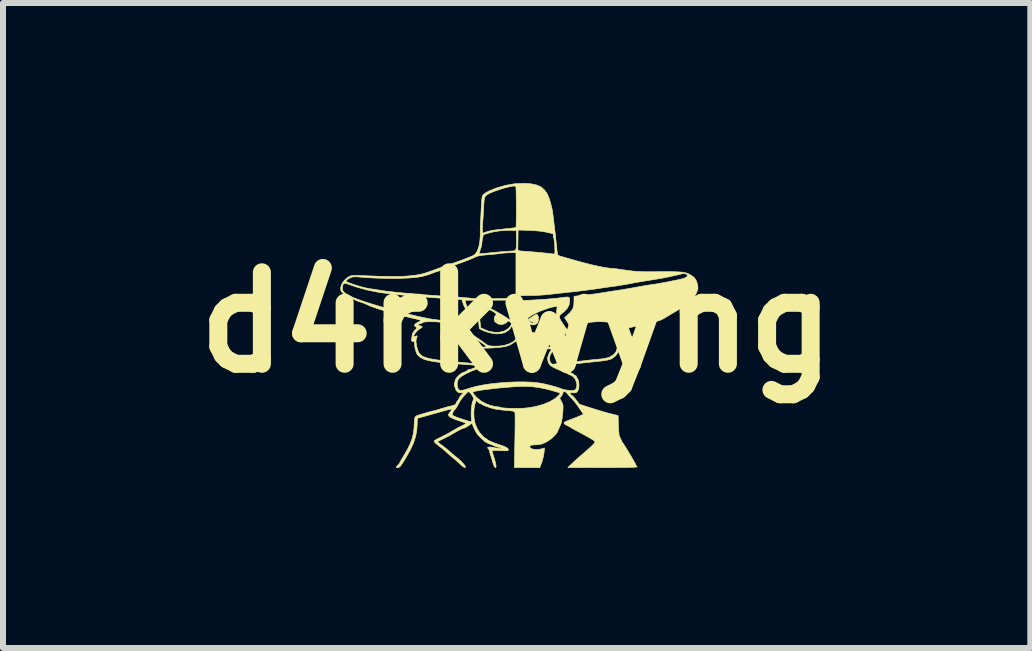
<source format=kicad_pcb>
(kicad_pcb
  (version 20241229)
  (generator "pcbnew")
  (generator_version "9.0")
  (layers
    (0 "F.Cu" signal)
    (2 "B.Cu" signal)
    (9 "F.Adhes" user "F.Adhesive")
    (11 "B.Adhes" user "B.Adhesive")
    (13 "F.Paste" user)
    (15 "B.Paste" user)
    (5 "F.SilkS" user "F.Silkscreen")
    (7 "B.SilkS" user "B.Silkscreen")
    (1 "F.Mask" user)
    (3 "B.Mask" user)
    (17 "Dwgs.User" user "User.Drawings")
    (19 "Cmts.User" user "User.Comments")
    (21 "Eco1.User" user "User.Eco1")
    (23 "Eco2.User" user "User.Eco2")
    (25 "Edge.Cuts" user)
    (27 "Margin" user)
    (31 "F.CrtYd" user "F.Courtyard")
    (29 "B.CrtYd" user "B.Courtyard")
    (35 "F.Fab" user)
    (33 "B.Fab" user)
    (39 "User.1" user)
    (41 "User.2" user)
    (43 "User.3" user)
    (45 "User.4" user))
  (footprint "d4rkwyng"
    (layer "F.Cu")
    (at 5.559 2.322)
    (property "Reference" "d4rkwyng" (at 0 0 0) (layer "F.SilkS") (effects (font (size 1.524 1.524) (thickness 0.3))))
    (attr through_hole)
    (fp_poly (pts (xy 0.35 -0.123) (xy 0.36 -0.096) (xy 0.364 -0.061) (xy 0.36 -0.024) (xy 0.349 0.006) (xy 0.341 0.016) (xy 0.298 0.04) (xy 0.25 0.041) (xy 0.209 0.025) (xy 0.183 0.004) (xy 0.17 -0.015) (xy 0.169 -0.018) (xy 0.177 -0.03) (xy 0.199 -0.03) (xy 0.21 -0.017) (xy 0.229 -0.003) (xy 0.249 0.009) (xy 0.261 0.012) (xy 0.277 0.005) (xy 0.278 0) (xy 0.272 -0.006) (xy 0.302 -0.006) (xy 0.308 0) (xy 0.314 -0.006) (xy 0.308 -0.012) (xy 0.302 -0.006) (xy 0.272 -0.006) (xy 0.268 -0.01) (xy 0.255 -0.012) (xy 0.232 -0.018) (xy 0.224 -0.024) (xy 0.206 -0.036) (xy 0.202 -0.036) (xy 0.199 -0.03) (xy 0.177 -0.03) (xy 0.179 -0.033) (xy 0.203 -0.055) (xy 0.237 -0.08) (xy 0.273 -0.104) (xy 0.306 -0.123) (xy 0.33 -0.133) (xy 0.333 -0.133) (xy 0.35 -0.123)) (stroke (width 0.01) (type solid)) (fill yes) (layer "F.SilkS"))
    (fp_poly (pts (xy -0.601 -0.274) (xy -0.596 -0.273) (xy -0.545 -0.267) (xy -0.503 -0.257) (xy -0.458 -0.241) (xy -0.404 -0.215) (xy -0.393 -0.209) (xy -0.335 -0.178) (xy -0.267 -0.139) (xy -0.2 -0.098) (xy -0.166 -0.076) (xy -0.048 0.002) (xy -0.081 0.064) (xy -0.127 0.124) (xy -0.186 0.165) (xy -0.26 0.188) (xy -0.347 0.191) (xy -0.447 0.174) (xy -0.462 0.17) (xy -0.51 0.155) (xy -0.555 0.138) (xy -0.583 0.125) (xy -0.623 0.102) (xy -0.64 -0.076) (xy -0.647 -0.15) (xy -0.654 -0.202) (xy -0.655 -0.203) (xy -0.628 -0.203) (xy -0.626 -0.174) (xy -0.622 -0.128) (xy -0.617 -0.074) (xy -0.613 -0.037) (xy -0.599 0.088) (xy -0.556 0.11) (xy -0.468 0.146) (xy -0.379 0.164) (xy -0.294 0.165) (xy -0.217 0.147) (xy -0.195 0.137) (xy -0.15 0.109) (xy -0.113 0.074) (xy -0.09 0.039) (xy -0.085 0.017) (xy -0.094 0.003) (xy -0.117 -0.013) (xy -0.141 -0.023) (xy -0.152 -0.019) (xy -0.154 -0.015) (xy -0.171 0.004) (xy -0.202 0.022) (xy -0.239 0.034) (xy -0.263 0.036) (xy -0.302 0.028) (xy -0.341 0.006) (xy -0.29 0.006) (xy -0.284 0.012) (xy -0.278 0.006) (xy -0.284 0) (xy -0.29 0.006) (xy -0.341 0.006) (xy -0.342 0.006) (xy -0.366 -0.017) (xy -0.374 -0.046) (xy -0.374 -0.054) (xy -0.349 -0.054) (xy -0.346 -0.043) (xy -0.335 -0.025) (xy -0.322 -0.013) (xy -0.319 -0.012) (xy -0.321 -0.021) (xy -0.329 -0.036) (xy -0.342 -0.052) (xy -0.349 -0.054) (xy -0.374 -0.054) (xy -0.372 -0.08) (xy -0.361 -0.103) (xy -0.29 -0.103) (xy -0.284 -0.097) (xy -0.278 -0.103) (xy -0.284 -0.109) (xy -0.29 -0.103) (xy -0.361 -0.103) (xy -0.36 -0.106) (xy -0.357 -0.109) (xy -0.342 -0.127) (xy -0.344 -0.144) (xy -0.364 -0.164) (xy -0.404 -0.188) (xy -0.425 -0.199) (xy -0.484 -0.225) (xy -0.532 -0.239) (xy -0.57 -0.242) (xy -0.605 -0.241) (xy -0.622 -0.236) (xy -0.628 -0.223) (xy -0.628 -0.203) (xy -0.655 -0.203) (xy -0.661 -0.235) (xy -0.668 -0.251) (xy -0.673 -0.254) (xy -0.688 -0.262) (xy -0.689 -0.268) (xy -0.68 -0.274) (xy -0.651 -0.276) (xy -0.601 -0.274)) (stroke (width 0.01) (type solid)) (fill yes) (layer "F.SilkS"))
    (fp_poly (pts (xy 0.247 -2.308) (xy 0.335 -2.289) (xy 0.406 -2.257) (xy 0.462 -2.209) (xy 0.508 -2.145) (xy 0.544 -2.06) (xy 0.568 -1.978) (xy 0.581 -1.926) (xy 0.592 -1.878) (xy 0.598 -1.843) (xy 0.599 -1.838) (xy 0.617 -1.691) (xy 0.633 -1.558) (xy 0.647 -1.442) (xy 0.657 -1.345) (xy 0.665 -1.27) (xy 0.666 -1.26) (xy 0.671 -1.206) (xy 0.677 -1.162) (xy 0.682 -1.133) (xy 0.684 -1.124) (xy 0.699 -1.115) (xy 0.729 -1.103) (xy 0.754 -1.096) (xy 0.787 -1.086) (xy 0.838 -1.072) (xy 0.901 -1.054) (xy 0.97 -1.035) (xy 1.01 -1.023) (xy 1.136 -0.989) (xy 1.255 -0.959) (xy 1.363 -0.935) (xy 1.457 -0.916) (xy 1.534 -0.905) (xy 1.563 -0.902) (xy 1.612 -0.898) (xy 1.657 -0.893) (xy 1.681 -0.89) (xy 1.778 -0.876) (xy 1.859 -0.865) (xy 1.929 -0.856) (xy 1.994 -0.85) (xy 2.058 -0.847) (xy 2.126 -0.844) (xy 2.205 -0.844) (xy 2.3 -0.844) (xy 2.375 -0.845) (xy 2.491 -0.845) (xy 2.586 -0.845) (xy 2.663 -0.843) (xy 2.725 -0.84) (xy 2.774 -0.835) (xy 2.814 -0.827) (xy 2.847 -0.816) (xy 2.877 -0.803) (xy 2.905 -0.786) (xy 2.952 -0.753) (xy 2.982 -0.717) (xy 3.002 -0.672) (xy 3.013 -0.626) (xy 3.02 -0.587) (xy 3.02 -0.558) (xy 3.011 -0.527) (xy 2.994 -0.488) (xy 2.966 -0.435) (xy 2.93 -0.387) (xy 2.883 -0.34) (xy 2.821 -0.292) (xy 2.743 -0.24) (xy 2.673 -0.197) (xy 2.61 -0.16) (xy 2.55 -0.124) (xy 2.498 -0.093) (xy 2.458 -0.069) (xy 2.443 -0.06) (xy 2.395 -0.037) (xy 2.343 -0.021) (xy 2.328 -0.019) (xy 2.288 -0.012) (xy 2.234 -0.000233) (xy 2.177 0.014) (xy 2.165 0.017) (xy 2.099 0.035) (xy 2.024 0.054) (xy 1.947 0.073) (xy 1.873 0.09) (xy 1.809 0.104) (xy 1.76 0.114) (xy 1.747 0.116) (xy 1.697 0.123) (xy 1.73 0.16) (xy 1.758 0.199) (xy 1.772 0.237) (xy 1.771 0.269) (xy 1.759 0.286) (xy 1.735 0.295) (xy 1.723 0.294) (xy 1.713 0.295) (xy 1.71 0.311) (xy 1.713 0.346) (xy 1.713 0.347) (xy 1.712 0.427) (xy 1.69 0.499) (xy 1.647 0.558) (xy 1.586 0.604) (xy 1.581 0.607) (xy 1.555 0.617) (xy 1.52 0.626) (xy 1.471 0.635) (xy 1.405 0.644) (xy 1.32 0.653) (xy 1.307 0.654) (xy 1.233 0.662) (xy 1.166 0.669) (xy 1.109 0.675) (xy 1.067 0.68) (xy 1.046 0.683) (xy 1.021 0.686) (xy 0.977 0.692) (xy 0.921 0.698) (xy 0.857 0.705) (xy 0.842 0.707) (xy 0.781 0.714) (xy 0.729 0.72) (xy 0.691 0.725) (xy 0.671 0.729) (xy 0.669 0.73) (xy 0.675 0.737) (xy 0.698 0.748) (xy 0.707 0.751) (xy 0.734 0.764) (xy 0.749 0.775) (xy 0.75 0.777) (xy 0.758 0.783) (xy 0.759 0.783) (xy 0.775 0.785) (xy 0.805 0.795) (xy 0.841 0.809) (xy 0.877 0.825) (xy 0.905 0.839) (xy 0.919 0.849) (xy 0.919 0.85) (xy 0.927 0.855) (xy 0.93 0.853) (xy 0.943 0.857) (xy 0.948 0.865) (xy 0.964 0.881) (xy 0.973 0.883) (xy 0.99 0.89) (xy 0.992 0.897) (xy 0.999 0.916) (xy 1.012 0.933) (xy 1.028 0.965) (xy 1.036 1.01) (xy 1.038 1.061) (xy 1.031 1.108) (xy 1.021 1.136) (xy 1.005 1.159) (xy 0.987 1.171) (xy 0.96 1.175) (xy 0.922 1.173) (xy 0.895 1.173) (xy 0.889 1.179) (xy 0.897 1.196) (xy 0.911 1.213) (xy 0.919 1.215) (xy 0.93 1.222) (xy 0.951 1.244) (xy 0.978 1.276) (xy 0.987 1.287) (xy 1.046 1.364) (xy 1.258 1.432) (xy 1.335 1.456) (xy 1.414 1.48) (xy 1.487 1.501) (xy 1.548 1.518) (xy 1.58 1.526) (xy 1.691 1.553) (xy 1.693 1.662) (xy 1.695 1.717) (xy 1.697 1.768) (xy 1.7 1.806) (xy 1.701 1.814) (xy 1.705 1.849) (xy 1.707 1.876) (xy 1.707 1.878) (xy 1.713 1.899) (xy 1.718 1.906) (xy 1.725 1.92) (xy 1.723 1.924) (xy 1.725 1.934) (xy 1.73 1.935) (xy 1.738 1.943) (xy 1.736 1.947) (xy 1.737 1.958) (xy 1.742 1.959) (xy 1.75 1.966) (xy 1.748 1.97) (xy 1.749 1.984) (xy 1.751 1.986) (xy 1.761 1.997) (xy 1.781 2.026) (xy 1.807 2.067) (xy 1.838 2.117) (xy 1.872 2.173) (xy 1.905 2.228) (xy 1.936 2.281) (xy 1.961 2.326) (xy 1.979 2.36) (xy 1.987 2.378) (xy 1.988 2.379) (xy 1.994 2.394) (xy 1.998 2.395) (xy 2.008 2.404) (xy 2.008 2.407) (xy 1.996 2.41) (xy 1.96 2.413) (xy 1.899 2.415) (xy 1.815 2.417) (xy 1.707 2.418) (xy 1.575 2.419) (xy 1.43 2.419) (xy 0.853 2.418) (xy 0.949 2.327) (xy 1.002 2.279) (xy 1.06 2.227) (xy 1.115 2.179) (xy 1.136 2.161) (xy 1.201 2.105) (xy 1.252 2.058) (xy 1.287 2.021) (xy 1.304 1.996) (xy 1.306 1.99) (xy 1.298 1.979) (xy 1.274 1.96) (xy 1.231 1.934) (xy 1.17 1.899) (xy 1.088 1.854) (xy 1.034 1.825) (xy 0.985 1.799) (xy 0.945 1.777) (xy 0.917 1.761) (xy 0.907 1.755) (xy 0.894 1.746) (xy 0.865 1.731) (xy 0.843 1.72) (xy 0.805 1.699) (xy 0.795 1.687) (xy 0.859 1.687) (xy 0.865 1.693) (xy 0.871 1.687) (xy 0.865 1.681) (xy 0.859 1.687) (xy 0.795 1.687) (xy 0.789 1.68) (xy 0.788 1.674) (xy 0.801 1.661) (xy 0.833 1.644) (xy 0.879 1.625) (xy 0.889 1.622) (xy 0.944 1.601) (xy 1 1.58) (xy 1.045 1.561) (xy 1.05 1.559) (xy 1.113 1.53) (xy 1.055 1.445) (xy 1.101 1.445) (xy 1.107 1.451) (xy 1.113 1.445) (xy 1.107 1.439) (xy 1.101 1.445) (xy 1.055 1.445) (xy 1.036 1.418) (xy 1 1.367) (xy 0.962 1.318) (xy 0.929 1.278) (xy 0.912 1.26) (xy 0.879 1.227) (xy 0.849 1.194) (xy 0.839 1.182) (xy 0.813 1.158) (xy 0.791 1.15) (xy 0.776 1.158) (xy 0.774 1.17) (xy 0.767 1.193) (xy 0.749 1.222) (xy 0.746 1.227) (xy 0.717 1.262) (xy 0.748 1.322) (xy 0.761 1.348) (xy 0.769 1.37) (xy 0.773 1.394) (xy 0.773 1.425) (xy 0.771 1.47) (xy 0.766 1.523) (xy 0.758 1.595) (xy 0.75 1.648) (xy 0.738 1.69) (xy 0.723 1.724) (xy 0.707 1.759) (xy 0.695 1.785) (xy 0.692 1.793) (xy 0.674 1.835) (xy 0.638 1.881) (xy 0.588 1.929) (xy 0.528 1.972) (xy 0.479 2.001) (xy 0.424 2.024) (xy 0.368 2.036) (xy 0.327 2.039) (xy 0.274 2.042) (xy 0.241 2.047) (xy 0.224 2.057) (xy 0.218 2.071) (xy 0.218 2.075) (xy 0.229 2.094) (xy 0.258 2.108) (xy 0.3 2.116) (xy 0.351 2.117) (xy 0.403 2.11) (xy 0.422 2.105) (xy 0.463 2.093) (xy 0.456 2.174) (xy 0.447 2.229) (xy 0.431 2.291) (xy 0.416 2.336) (xy 0.385 2.419) (xy -0.039 2.419) (xy -0.03 1.979) (xy -0.028 1.877) (xy -0.027 1.782) (xy -0.026 1.696) (xy -0.026 1.623) (xy -0.026 1.565) (xy -0.027 1.526) (xy -0.028 1.509) (xy -0.034 1.494) (xy -0.044 1.484) (xy -0.064 1.478) (xy -0.1 1.473) (xy -0.142 1.469) (xy -0.193 1.465) (xy -0.237 1.46) (xy -0.266 1.457) (xy -0.272 1.456) (xy -0.302 1.452) (xy -0.334 1.448) (xy -0.37 1.441) (xy -0.417 1.429) (xy -0.467 1.413) (xy -0.514 1.396) (xy -0.551 1.381) (xy -0.569 1.371) (xy -0.591 1.357) (xy -0.602 1.355) (xy -0.619 1.347) (xy -0.643 1.328) (xy -0.645 1.325) (xy -0.674 1.296) (xy -0.694 1.357) (xy -0.709 1.427) (xy -0.714 1.509) (xy -0.71 1.593) (xy -0.697 1.669) (xy -0.687 1.701) (xy -0.668 1.746) (xy -0.648 1.787) (xy -0.636 1.808) (xy -0.608 1.846) (xy -0.576 1.882) (xy -0.546 1.913) (xy -0.521 1.931) (xy -0.512 1.935) (xy -0.497 1.942) (xy -0.496 1.946) (xy -0.485 1.957) (xy -0.456 1.973) (xy -0.413 1.992) (xy -0.361 2.013) (xy -0.305 2.033) (xy -0.272 2.043) (xy -0.21 2.065) (xy -0.166 2.087) (xy -0.141 2.108) (xy -0.138 2.127) (xy -0.139 2.129) (xy -0.15 2.136) (xy -0.173 2.139) (xy -0.213 2.139) (xy -0.273 2.136) (xy -0.28 2.136) (xy -0.333 2.133) (xy -0.376 2.133) (xy -0.403 2.134) (xy -0.411 2.137) (xy -0.408 2.153) (xy -0.398 2.185) (xy -0.386 2.227) (xy -0.382 2.238) (xy -0.36 2.311) (xy -0.347 2.364) (xy -0.343 2.398) (xy -0.347 2.416) (xy -0.355 2.419) (xy -0.369 2.407) (xy -0.385 2.373) (xy -0.398 2.331) (xy -0.412 2.282) (xy -0.426 2.237) (xy -0.436 2.206) (xy -0.436 2.205) (xy -0.447 2.169) (xy -0.454 2.139) (xy -0.464 2.114) (xy -0.474 2.103) (xy -0.485 2.09) (xy -0.477 2.081) (xy -0.454 2.076) (xy -0.421 2.079) (xy -0.417 2.08) (xy -0.367 2.089) (xy -0.321 2.096) (xy -0.283 2.099) (xy -0.259 2.099) (xy -0.252 2.095) (xy -0.254 2.093) (xy -0.281 2.083) (xy -0.298 2.081) (xy -0.328 2.075) (xy -0.359 2.063) (xy -0.392 2.048) (xy -0.434 2.032) (xy -0.449 2.026) (xy -0.488 2.01) (xy -0.52 1.993) (xy -0.529 1.986) (xy -0.592 1.93) (xy -0.637 1.884) (xy -0.663 1.852) (xy -0.665 1.849) (xy -0.684 1.815) (xy -0.704 1.775) (xy -0.722 1.736) (xy -0.734 1.706) (xy -0.738 1.693) (xy -0.744 1.682) (xy -0.763 1.691) (xy -0.766 1.694) (xy -0.787 1.71) (xy -0.815 1.729) (xy -0.843 1.746) (xy -0.864 1.758) (xy -0.871 1.76) (xy -0.881 1.76) (xy -0.906 1.77) (xy -0.944 1.787) (xy -0.989 1.811) (xy -1.035 1.837) (xy -1.058 1.85) (xy -1.114 1.883) (xy -1.177 1.916) (xy -1.23 1.942) (xy -1.271 1.962) (xy -1.302 1.977) (xy -1.318 1.987) (xy -1.318 1.988) (xy -1.309 1.997) (xy -1.285 2.017) (xy -1.251 2.044) (xy -1.237 2.054) (xy -1.192 2.088) (xy -1.149 2.123) (xy -1.116 2.151) (xy -1.112 2.155) (xy -1.074 2.189) (xy -1.033 2.223) (xy -1.022 2.231) (xy -0.975 2.269) (xy -0.93 2.31) (xy -0.892 2.35) (xy -0.865 2.383) (xy -0.86 2.392) (xy -0.853 2.414) (xy -0.86 2.42) (xy -0.88 2.412) (xy -0.911 2.39) (xy -0.947 2.357) (xy -0.986 2.321) (xy -1.024 2.286) (xy -1.052 2.264) (xy -1.084 2.238) (xy -1.123 2.204) (xy -1.155 2.175) (xy -1.195 2.139) (xy -1.235 2.105) (xy -1.262 2.084) (xy -1.318 2.041) (xy -1.355 2.009) (xy -1.373 1.987) (xy -1.374 1.974) (xy -1.361 1.964) (xy -1.33 1.946) (xy -1.287 1.924) (xy -1.254 1.908) (xy -1.196 1.879) (xy -1.137 1.848) (xy -1.087 1.819) (xy -1.07 1.808) (xy -1.02 1.779) (xy -0.961 1.747) (xy -0.913 1.723) (xy -0.871 1.702) (xy -0.848 1.686) (xy -0.846 1.677) (xy -0.847 1.677) (xy -0.866 1.67) (xy -0.902 1.658) (xy -0.947 1.643) (xy -0.963 1.638) (xy -1.04 1.611) (xy -1.095 1.585) (xy -1.127 1.562) (xy -1.137 1.543) (xy -1.134 1.535) (xy -1.073 1.535) (xy -1.073 1.541) (xy -1.059 1.553) (xy -1.029 1.568) (xy -0.996 1.582) (xy -0.949 1.598) (xy -0.897 1.615) (xy -0.846 1.631) (xy -0.802 1.645) (xy -0.771 1.654) (xy -0.758 1.656) (xy -0.754 1.646) (xy -0.754 1.617) (xy -0.756 1.577) (xy -0.757 1.575) (xy -0.759 1.527) (xy -0.757 1.472) (xy -0.752 1.415) (xy -0.745 1.364) (xy -0.736 1.324) (xy -0.726 1.301) (xy -0.725 1.301) (xy -0.715 1.282) (xy -0.719 1.257) (xy -0.739 1.221) (xy -0.747 1.21) (xy -0.771 1.177) (xy -0.789 1.16) (xy -0.729 1.16) (xy -0.728 1.174) (xy -0.712 1.2) (xy -0.684 1.232) (xy -0.648 1.266) (xy -0.609 1.298) (xy -0.58 1.319) (xy -0.523 1.349) (xy -0.457 1.376) (xy -0.391 1.395) (xy -0.334 1.405) (xy -0.327 1.405) (xy -0.295 1.409) (xy -0.273 1.415) (xy -0.271 1.416) (xy -0.253 1.422) (xy -0.214 1.426) (xy -0.161 1.43) (xy -0.097 1.432) (xy -0.027 1.433) (xy 0.044 1.433) (xy 0.085 1.432) (xy 0.15 1.427) (xy 0.226 1.417) (xy 0.3 1.404) (xy 0.328 1.398) (xy 0.454 1.362) (xy 0.559 1.318) (xy 0.646 1.264) (xy 0.668 1.245) (xy 0.704 1.213) (xy 0.721 1.192) (xy 0.722 1.179) (xy 0.709 1.171) (xy 0.705 1.17) (xy 0.684 1.164) (xy 0.647 1.153) (xy 0.599 1.139) (xy 0.575 1.132) (xy 0.473 1.106) (xy 0.364 1.085) (xy 0.256 1.071) (xy 0.16 1.065) (xy 0.142 1.065) (xy 0.074 1.066) (xy -0.006 1.07) (xy -0.095 1.076) (xy -0.189 1.084) (xy -0.284 1.092) (xy -0.378 1.102) (xy -0.468 1.113) (xy -0.55 1.123) (xy -0.62 1.134) (xy -0.675 1.144) (xy -0.713 1.153) (xy -0.729 1.16) (xy -0.789 1.16) (xy -0.789 1.159) (xy -0.807 1.157) (xy -0.828 1.17) (xy -0.857 1.201) (xy -0.888 1.238) (xy -0.914 1.27) (xy -0.934 1.295) (xy -0.951 1.323) (xy -0.971 1.359) (xy -0.991 1.396) (xy -1.009 1.427) (xy -1.023 1.447) (xy -1.028 1.451) (xy -1.04 1.461) (xy -1.055 1.485) (xy -1.067 1.513) (xy -1.073 1.535) (xy -1.134 1.535) (xy -1.13 1.523) (xy -1.111 1.496) (xy -1.105 1.488) (xy -1.087 1.463) (xy -1.079 1.447) (xy -1.079 1.445) (xy -1.085 1.444) (xy -1.098 1.445) (xy -1.121 1.45) (xy -1.156 1.459) (xy -1.206 1.472) (xy -1.271 1.491) (xy -1.356 1.514) (xy -1.461 1.544) (xy -1.479 1.549) (xy -1.539 1.566) (xy -1.59 1.58) (xy -1.628 1.591) (xy -1.649 1.596) (xy -1.651 1.597) (xy -1.654 1.608) (xy -1.656 1.637) (xy -1.657 1.679) (xy -1.657 1.69) (xy -1.664 1.798) (xy -1.684 1.901) (xy -1.718 2.007) (xy -1.769 2.118) (xy -1.822 2.213) (xy -1.864 2.285) (xy -1.897 2.337) (xy -1.922 2.375) (xy -1.94 2.399) (xy -1.956 2.412) (xy -1.969 2.418) (xy -1.979 2.419) (xy -2.001 2.417) (xy -2.008 2.414) (xy -2 2.402) (xy -1.981 2.382) (xy -1.978 2.378) (xy -1.957 2.355) (xy -1.947 2.339) (xy -1.947 2.338) (xy -1.941 2.324) (xy -1.925 2.295) (xy -1.902 2.255) (xy -1.887 2.232) (xy -1.825 2.125) (xy -1.778 2.03) (xy -1.744 1.942) (xy -1.723 1.857) (xy -1.711 1.77) (xy -1.709 1.736) (xy -1.706 1.669) (xy -1.703 1.623) (xy -1.697 1.592) (xy -1.688 1.572) (xy -1.673 1.56) (xy -1.651 1.551) (xy -1.636 1.545) (xy -1.597 1.533) (xy -1.547 1.518) (xy -1.493 1.502) (xy -1.441 1.488) (xy -1.398 1.477) (xy -1.37 1.471) (xy -1.367 1.47) (xy -1.339 1.463) (xy -1.33 1.46) (xy -1.308 1.452) (xy -1.27 1.441) (xy -1.222 1.427) (xy -1.171 1.412) (xy -1.123 1.4) (xy -1.085 1.39) (xy -1.063 1.385) (xy -1.062 1.385) (xy -1.034 1.375) (xy -1.011 1.354) (xy -1.004 1.335) (xy -0.998 1.32) (xy -0.994 1.318) (xy -0.984 1.308) (xy -0.969 1.283) (xy -0.963 1.27) (xy -0.942 1.233) (xy -0.917 1.203) (xy -0.911 1.198) (xy -0.88 1.173) (xy -0.929 1.173) (xy -0.965 1.17) (xy -0.989 1.155) (xy -1.004 1.137) (xy -1.018 1.114) (xy -1.022 1.101) (xy -1.02 1.101) (xy -1.019 1.094) (xy -1.026 1.086) (xy -1.038 1.058) (xy -1.038 1.028) (xy -0.992 1.028) (xy -0.987 1.077) (xy -0.972 1.111) (xy -0.958 1.126) (xy -0.939 1.132) (xy -0.911 1.132) (xy -0.87 1.123) (xy -0.812 1.105) (xy -0.78 1.095) (xy -0.68 1.067) (xy -0.561 1.043) (xy -0.428 1.023) (xy -0.286 1.008) (xy -0.141 0.997) (xy 0.003 0.992) (xy 0.141 0.992) (xy 0.267 0.997) (xy 0.376 1.01) (xy 0.382 1.01) (xy 0.46 1.025) (xy 0.545 1.045) (xy 0.627 1.067) (xy 0.701 1.09) (xy 0.748 1.108) (xy 0.784 1.119) (xy 0.832 1.128) (xy 0.874 1.133) (xy 0.921 1.136) (xy 0.95 1.134) (xy 0.97 1.126) (xy 0.98 1.119) (xy 0.999 1.087) (xy 1.004 1.043) (xy 0.996 0.994) (xy 0.977 0.947) (xy 0.948 0.91) (xy 0.94 0.903) (xy 0.915 0.888) (xy 0.873 0.867) (xy 0.818 0.841) (xy 0.757 0.814) (xy 0.734 0.804) (xy 0.662 0.773) (xy 0.61 0.748) (xy 0.574 0.726) (xy 0.55 0.704) (xy 0.534 0.679) (xy 0.523 0.649) (xy 0.519 0.632) (xy 0.515 0.601) (xy 0.52 0.572) (xy 0.534 0.533) (xy 0.541 0.518) (xy 0.559 0.483) (xy 0.575 0.461) (xy 0.583 0.455) (xy 0.592 0.453) (xy 0.593 0.451) (xy 0.582 0.446) (xy 0.553 0.442) (xy 0.517 0.44) (xy 0.412 0.437) (xy 0.326 0.432) (xy 0.255 0.422) (xy 0.196 0.408) (xy 0.142 0.387) (xy 0.091 0.36) (xy 0.037 0.323) (xy 0.017 0.309) (xy -0.002 0.308) (xy -0.034 0.326) (xy -0.041 0.331) (xy -0.084 0.36) (xy -0.126 0.382) (xy -0.173 0.398) (xy -0.231 0.409) (xy -0.304 0.418) (xy -0.358 0.422) (xy -0.422 0.426) (xy -0.478 0.429) (xy -0.522 0.429) (xy -0.549 0.428) (xy -0.553 0.428) (xy -0.578 0.428) (xy -0.586 0.441) (xy -0.574 0.463) (xy -0.569 0.468) (xy -0.544 0.502) (xy -0.522 0.548) (xy -0.509 0.593) (xy -0.508 0.609) (xy -0.513 0.654) (xy -0.53 0.691) (xy -0.562 0.723) (xy -0.611 0.753) (xy -0.681 0.784) (xy -0.702 0.792) (xy -0.777 0.823) (xy -0.847 0.856) (xy -0.906 0.89) (xy -0.949 0.921) (xy -0.967 0.939) (xy -0.985 0.978) (xy -0.992 1.028) (xy -1.038 1.028) (xy -1.037 1.015) (xy -1.023 0.962) (xy -1.021 0.955) (xy -1 0.922) (xy -0.969 0.888) (xy -0.932 0.857) (xy -0.897 0.836) (xy -0.875 0.831) (xy -0.86 0.824) (xy -0.859 0.82) (xy -0.851 0.814) (xy -0.847 0.816) (xy -0.835 0.817) (xy -0.835 0.813) (xy -0.824 0.8) (xy -0.801 0.787) (xy -0.776 0.78) (xy -0.761 0.781) (xy -0.751 0.779) (xy -0.75 0.775) (xy -0.741 0.768) (xy -0.732 0.77) (xy -0.716 0.77) (xy -0.714 0.765) (xy -0.703 0.753) (xy -0.683 0.745) (xy -0.663 0.736) (xy -0.659 0.726) (xy -0.664 0.722) (xy -0.675 0.718) (xy -0.696 0.715) (xy -0.728 0.711) (xy -0.774 0.707) (xy -0.837 0.702) (xy -0.919 0.696) (xy -1.01 0.69) (xy -1.165 0.677) (xy -1.296 0.664) (xy -1.403 0.649) (xy -1.485 0.632) (xy -1.544 0.614) (xy -1.555 0.61) (xy -1.614 0.576) (xy -1.654 0.539) (xy -1.673 0.502) (xy -1.673 0.502) (xy -1.681 0.472) (xy -1.685 0.46) (xy -1.693 0.432) (xy -1.699 0.389) (xy -1.704 0.336) (xy -1.704 0.336) (xy -1.709 0.318) (xy -1.714 0.316) (xy -1.734 0.318) (xy -1.746 0.314) (xy -1.751 0.3) (xy -1.749 0.272) (xy -1.744 0.236) (xy -1.715 0.236) (xy -1.705 0.24) (xy -1.68 0.229) (xy -1.664 0.222) (xy -1.658 0.229) (xy -1.664 0.252) (xy -1.671 0.272) (xy -1.677 0.298) (xy -1.677 0.33) (xy -1.67 0.373) (xy -1.664 0.405) (xy -1.653 0.448) (xy -1.64 0.484) (xy -1.622 0.515) (xy -1.598 0.542) (xy -1.567 0.564) (xy -1.524 0.583) (xy -1.47 0.599) (xy -1.402 0.613) (xy -1.317 0.626) (xy -1.214 0.639) (xy -1.092 0.651) (xy -0.947 0.664) (xy -0.931 0.666) (xy -0.862 0.672) (xy -0.794 0.678) (xy -0.734 0.684) (xy -0.691 0.689) (xy -0.689 0.689) (xy -0.635 0.695) (xy -0.6 0.698) (xy -0.579 0.698) (xy -0.567 0.693) (xy -0.56 0.684) (xy -0.557 0.678) (xy -0.549 0.652) (xy -0.545 0.614) (xy -0.544 0.595) (xy -0.553 0.539) (xy -0.581 0.496) (xy -0.629 0.462) (xy -0.646 0.455) (xy -0.679 0.438) (xy -0.688 0.426) (xy -0.674 0.417) (xy -0.636 0.412) (xy -0.59 0.411) (xy -0.55 0.411) (xy -0.522 0.41) (xy -0.509 0.405) (xy -0.511 0.395) (xy -0.529 0.378) (xy -0.564 0.353) (xy -0.618 0.317) (xy -0.661 0.289) (xy -0.78 0.212) (xy -0.882 0.149) (xy -0.972 0.099) (xy -1.052 0.06) (xy -1.126 0.031) (xy -1.196 0.01) (xy -1.267 -0.003) (xy -1.341 -0.01) (xy -1.421 -0.012) (xy -1.423 -0.012) (xy -1.481 -0.011) (xy -1.525 -0.008) (xy -1.553 -0.004) (xy -1.56 -0.001) (xy -1.571 0.009) (xy -1.597 0.018) (xy -1.603 0.019) (xy -1.633 0.029) (xy -1.64 0.042) (xy -1.625 0.054) (xy -1.605 0.058) (xy -1.578 0.066) (xy -1.575 0.079) (xy -1.596 0.096) (xy -1.606 0.101) (xy -1.644 0.128) (xy -1.68 0.165) (xy -1.706 0.202) (xy -1.711 0.215) (xy -1.715 0.236) (xy -1.744 0.236) (xy -1.743 0.226) (xy -1.738 0.195) (xy -1.726 0.169) (xy -1.703 0.138) (xy -1.696 0.13) (xy -1.659 0.093) (xy -1.685 0.072) (xy -1.702 0.055) (xy -1.701 0.04) (xy -1.694 0.031) (xy -1.672 0.013) (xy -1.639 -0.005) (xy -1.635 -0.007) (xy -1.61 -0.021) (xy -1.602 -0.032) (xy -1.604 -0.035) (xy -1.62 -0.041) (xy -1.654 -0.051) (xy -1.699 -0.062) (xy -1.718 -0.066) (xy -1.776 -0.079) (xy -1.837 -0.095) (xy -1.887 -0.109) (xy -1.893 -0.111) (xy -1.935 -0.125) (xy -1.971 -0.136) (xy -1.99 -0.14) (xy -2.056 -0.155) (xy -2.133 -0.174) (xy -2.215 -0.197) (xy -2.296 -0.222) (xy -2.371 -0.247) (xy -2.434 -0.27) (xy -2.479 -0.29) (xy -2.48 -0.291) (xy -2.525 -0.311) (xy -2.575 -0.33) (xy -2.592 -0.335) (xy -2.639 -0.351) (xy -2.697 -0.375) (xy -2.757 -0.403) (xy -2.813 -0.431) (xy -2.859 -0.457) (xy -2.883 -0.473) (xy -2.91 -0.5) (xy -2.928 -0.528) (xy -2.928 -0.529) (xy -2.933 -0.569) (xy -2.905 -0.569) (xy -2.9 -0.536) (xy -2.881 -0.507) (xy -2.846 -0.478) (xy -2.792 -0.447) (xy -2.731 -0.418) (xy -2.671 -0.393) (xy -2.592 -0.365) (xy -2.497 -0.333) (xy -2.388 -0.299) (xy -2.27 -0.264) (xy -2.145 -0.229) (xy -2.018 -0.194) (xy -1.891 -0.161) (xy -1.769 -0.13) (xy -1.654 -0.102) (xy -1.551 -0.08) (xy -1.462 -0.062) (xy -1.391 -0.05) (xy -1.367 -0.048) (xy -1.252 -0.032) (xy -1.144 -0.01) (xy -1.049 0.02) (xy -0.969 0.054) (xy -0.913 0.089) (xy -0.891 0.102) (xy -0.878 0.105) (xy -0.868 0.094) (xy -0.848 0.067) (xy -0.824 0.029) (xy -0.817 0.018) (xy -0.785 -0.035) (xy -0.766 -0.072) (xy -0.759 -0.1) (xy -0.763 -0.123) (xy -0.78 -0.146) (xy -0.808 -0.176) (xy -0.809 -0.178) (xy -0.855 -0.233) (xy -0.884 -0.291) (xy -0.891 -0.31) (xy -0.909 -0.369) (xy -0.861 -0.369) (xy -0.854 -0.339) (xy -0.828 -0.262) (xy -0.781 -0.198) (xy -0.753 -0.174) (xy -0.722 -0.149) (xy -0.7 -0.131) (xy -0.691 -0.125) (xy -0.695 -0.116) (xy -0.711 -0.096) (xy -0.712 -0.095) (xy -0.73 -0.073) (xy -0.738 -0.059) (xy -0.738 -0.059) (xy -0.744 -0.045) (xy -0.759 -0.016) (xy -0.781 0.023) (xy -0.792 0.041) (xy -0.818 0.085) (xy -0.833 0.114) (xy -0.838 0.131) (xy -0.834 0.144) (xy -0.824 0.156) (xy -0.822 0.157) (xy -0.8 0.175) (xy -0.786 0.181) (xy -0.77 0.188) (xy -0.739 0.205) (xy -0.699 0.23) (xy -0.654 0.26) (xy -0.61 0.29) (xy -0.57 0.318) (xy -0.541 0.341) (xy -0.538 0.343) (xy -0.504 0.368) (xy -0.47 0.385) (xy -0.466 0.387) (xy -0.425 0.394) (xy -0.369 0.396) (xy -0.306 0.395) (xy -0.245 0.389) (xy -0.2 0.381) (xy -0.137 0.362) (xy -0.081 0.336) (xy -0.038 0.308) (xy -0.019 0.288) (xy -0.013 0.276) (xy -0.008 0.258) (xy -0.005 0.23) (xy -0.003 0.191) (xy -0.002 0.187) (xy 0.774 0.187) (xy 0.78 0.194) (xy 0.786 0.187) (xy 0.78 0.181) (xy 0.774 0.187) (xy -0.002 0.187) (xy -0.001 0.136) (xy -0.000376 0.063) (xy -0.000299 0.026) (xy 0.049 0.026) (xy 0.067 0.061) (xy 0.098 0.098) (xy 0.147 0.131) (xy 0.207 0.156) (xy 0.273 0.171) (xy 0.338 0.174) (xy 0.357 0.172) (xy 0.387 0.166) (xy 0.397 0.163) (xy 0.798 0.163) (xy 0.804 0.169) (xy 0.81 0.163) (xy 0.804 0.157) (xy 0.798 0.163) (xy 0.397 0.163) (xy 0.431 0.155) (xy 0.472 0.142) (xy 0.54 0.12) (xy 0.588 0.1) (xy 0.621 0.077) (xy 0.641 0.047) (xy 0.652 0.005) (xy 0.658 -0.053) (xy 0.661 -0.103) (xy 0.664 -0.155) (xy 0.667 -0.2) (xy 0.671 -0.232) (xy 0.672 -0.239) (xy 0.673 -0.255) (xy 0.665 -0.264) (xy 0.645 -0.265) (xy 0.609 -0.258) (xy 0.555 -0.244) (xy 0.53 -0.237) (xy 0.384 -0.185) (xy 0.253 -0.12) (xy 0.148 -0.049) (xy 0.049 0.026) (xy -0.000299 0.026) (xy -0.00018 -0.03) (xy -0.000185 -0.042) (xy -0.001 -0.126) (xy -0.002 -0.202) (xy -0.003 -0.266) (xy -0.005 -0.316) (xy -0.007 -0.348) (xy -0.009 -0.359) (xy -0.019 -0.363) (xy -0.045 -0.366) (xy -0.088 -0.368) (xy -0.149 -0.37) (xy -0.23 -0.371) (xy -0.332 -0.371) (xy -0.439 -0.371) (xy -0.861 -0.369) (xy -0.909 -0.369) (xy -0.913 -0.381) (xy -0.968 -0.384) (xy -1.031 -0.387) (xy -1.115 -0.393) (xy -1.215 -0.4) (xy -1.326 -0.408) (xy -1.446 -0.417) (xy -1.569 -0.427) (xy -1.693 -0.437) (xy -1.812 -0.447) (xy -1.923 -0.457) (xy -2.021 -0.466) (xy -2.099 -0.474) (xy -2.301 -0.501) (xy -2.492 -0.54) (xy -2.668 -0.589) (xy -2.732 -0.611) (xy -2.794 -0.633) (xy -2.836 -0.647) (xy -2.864 -0.651) (xy -2.882 -0.646) (xy -2.892 -0.632) (xy -2.899 -0.608) (xy -2.9 -0.607) (xy -2.905 -0.569) (xy -2.933 -0.569) (xy -2.933 -0.574) (xy -2.92 -0.625) (xy -2.891 -0.676) (xy -2.877 -0.692) (xy -2.843 -0.692) (xy -2.841 -0.683) (xy -2.827 -0.674) (xy -2.798 -0.661) (xy -2.751 -0.644) (xy -2.731 -0.637) (xy -2.663 -0.615) (xy -2.592 -0.594) (xy -2.525 -0.577) (xy -2.466 -0.564) (xy -2.424 -0.558) (xy -2.419 -0.557) (xy -2.399 -0.555) (xy -2.362 -0.549) (xy -2.316 -0.542) (xy -2.304 -0.54) (xy -2.218 -0.526) (xy -2.108 -0.513) (xy -1.975 -0.498) (xy -1.819 -0.484) (xy -1.641 -0.468) (xy -1.441 -0.453) (xy -1.219 -0.437) (xy -0.992 -0.422) (xy -0.922 -0.417) (xy -0.854 -0.411) (xy -0.794 -0.406) (xy -0.751 -0.401) (xy -0.744 -0.4) (xy -0.708 -0.396) (xy -0.653 -0.394) (xy -0.586 -0.393) (xy -0.51 -0.393) (xy -0.448 -0.394) (xy -0.367 -0.396) (xy -0.287 -0.397) (xy -0.212 -0.398) (xy -0.151 -0.399) (xy -0.118 -0.399) (xy -0.012 -0.399) (xy -0.012 -0.403) (xy 0 -0.403) (xy 0.007 -0.378) (xy 0.018 -0.367) (xy 0.037 -0.365) (xy 0.076 -0.365) (xy 0.132 -0.366) (xy 0.2 -0.369) (xy 0.276 -0.373) (xy 0.357 -0.378) (xy 0.439 -0.383) (xy 0.518 -0.389) (xy 0.59 -0.395) (xy 0.65 -0.401) (xy 0.689 -0.405) (xy 0.762 -0.415) (xy 0.813 -0.421) (xy 0.847 -0.423) (xy 0.868 -0.419) (xy 0.879 -0.409) (xy 0.883 -0.392) (xy 0.883 -0.368) (xy 0.883 -0.361) (xy 0.874 -0.294) (xy 0.844 -0.235) (xy 0.793 -0.181) (xy 0.778 -0.169) (xy 0.742 -0.14) (xy 0.72 -0.116) (xy 0.712 -0.093) (xy 0.718 -0.066) (xy 0.738 -0.028) (xy 0.771 0.024) (xy 0.801 0.068) (xy 0.827 0.104) (xy 0.847 0.127) (xy 0.856 0.133) (xy 0.87 0.139) (xy 0.863 0.154) (xy 0.85 0.165) (xy 0.832 0.178) (xy 0.798 0.201) (xy 0.754 0.232) (xy 0.702 0.266) (xy 0.648 0.302) (xy 0.597 0.336) (xy 0.552 0.366) (xy 0.518 0.388) (xy 0.502 0.397) (xy 0.494 0.404) (xy 0.502 0.408) (xy 0.528 0.41) (xy 0.574 0.41) (xy 0.58 0.409) (xy 0.627 0.41) (xy 0.663 0.412) (xy 0.684 0.417) (xy 0.686 0.418) (xy 0.678 0.43) (xy 0.656 0.447) (xy 0.644 0.454) (xy 0.591 0.493) (xy 0.558 0.543) (xy 0.547 0.6) (xy 0.548 0.616) (xy 0.559 0.661) (xy 0.58 0.689) (xy 0.608 0.698) (xy 0.616 0.696) (xy 0.635 0.693) (xy 0.673 0.688) (xy 0.723 0.683) (xy 0.78 0.678) (xy 0.854 0.67) (xy 0.936 0.661) (xy 1.012 0.652) (xy 1.052 0.647) (xy 1.118 0.639) (xy 1.196 0.63) (xy 1.277 0.621) (xy 1.337 0.616) (xy 1.416 0.608) (xy 1.477 0.598) (xy 1.524 0.587) (xy 1.557 0.574) (xy 1.616 0.537) (xy 1.656 0.488) (xy 1.676 0.425) (xy 1.676 0.349) (xy 1.669 0.306) (xy 1.663 0.265) (xy 1.659 0.235) (xy 1.661 0.222) (xy 1.674 0.224) (xy 1.697 0.236) (xy 1.698 0.236) (xy 1.721 0.247) (xy 1.73 0.243) (xy 1.728 0.227) (xy 1.717 0.203) (xy 1.698 0.175) (xy 1.672 0.145) (xy 1.643 0.119) (xy 1.634 0.112) (xy 1.604 0.088) (xy 1.587 0.067) (xy 1.586 0.054) (xy 1.6 0.052) (xy 1.608 0.054) (xy 1.637 0.056) (xy 1.652 0.051) (xy 1.66 0.042) (xy 1.652 0.032) (xy 1.625 0.017) (xy 1.589 0.006) (xy 1.534 -0.003) (xy 1.469 -0.009) (xy 1.397 -0.012) (xy 1.327 -0.011) (xy 1.263 -0.006) (xy 1.231 -0.002) (xy 1.194 0.007) (xy 1.146 0.022) (xy 1.091 0.04) (xy 1.037 0.06) (xy 0.987 0.08) (xy 0.949 0.097) (xy 0.927 0.109) (xy 0.926 0.11) (xy 0.907 0.12) (xy 0.896 0.109) (xy 0.895 0.096) (xy 0.889 0.074) (xy 0.872 0.04) (xy 0.849 -0.000389) (xy 0.847 -0.003) (xy 0.798 -0.079) (xy 0.852 -0.127) (xy 0.901 -0.177) (xy 0.933 -0.223) (xy 0.95 -0.272) (xy 0.955 -0.333) (xy 0.955 -0.347) (xy 0.956 -0.434) (xy 1.007 -0.441) (xy 1.041 -0.445) (xy 1.092 -0.451) (xy 1.15 -0.457) (xy 1.183 -0.46) (xy 1.25 -0.468) (xy 1.322 -0.477) (xy 1.386 -0.487) (xy 1.407 -0.491) (xy 1.458 -0.499) (xy 1.525 -0.51) (xy 1.599 -0.521) (xy 1.669 -0.532) (xy 1.744 -0.543) (xy 1.823 -0.556) (xy 1.898 -0.569) (xy 1.953 -0.579) (xy 2.017 -0.591) (xy 2.083 -0.603) (xy 2.14 -0.613) (xy 2.159 -0.616) (xy 2.219 -0.625) (xy 2.286 -0.635) (xy 2.328 -0.641) (xy 2.378 -0.65) (xy 2.444 -0.662) (xy 2.52 -0.676) (xy 2.598 -0.692) (xy 2.673 -0.707) (xy 2.735 -0.721) (xy 2.766 -0.728) (xy 2.803 -0.741) (xy 2.832 -0.758) (xy 2.837 -0.762) (xy 2.849 -0.779) (xy 2.844 -0.792) (xy 2.828 -0.803) (xy 2.809 -0.813) (xy 2.787 -0.815) (xy 2.756 -0.81) (xy 2.734 -0.804) (xy 2.632 -0.78) (xy 2.518 -0.755) (xy 2.402 -0.733) (xy 2.295 -0.715) (xy 2.25 -0.708) (xy 2.185 -0.698) (xy 2.106 -0.685) (xy 2.021 -0.67) (xy 1.94 -0.656) (xy 1.923 -0.652) (xy 1.846 -0.638) (xy 1.764 -0.624) (xy 1.686 -0.611) (xy 1.622 -0.601) (xy 1.609 -0.6) (xy 1.545 -0.591) (xy 1.467 -0.58) (xy 1.386 -0.568) (xy 1.318 -0.558) (xy 1.251 -0.548) (xy 1.167 -0.538) (xy 1.075 -0.526) (xy 0.982 -0.515) (xy 0.919 -0.508) (xy 0.834 -0.499) (xy 0.744 -0.489) (xy 0.659 -0.48) (xy 0.584 -0.471) (xy 0.538 -0.466) (xy 0.467 -0.459) (xy 0.382 -0.453) (xy 0.295 -0.449) (xy 0.224 -0.448) (xy 0.145 -0.447) (xy 0.087 -0.445) (xy 0.046 -0.442) (xy 0.021 -0.436) (xy 0.007 -0.427) (xy 0.001 -0.415) (xy 0 -0.403) (xy -0.012 -0.403) (xy -0.012 -1.161) (xy -0.1 -1.161) (xy -0.161 -1.159) (xy -0.227 -1.154) (xy -0.272 -1.148) (xy -0.331 -1.141) (xy -0.394 -1.134) (xy -0.435 -1.131) (xy -0.514 -1.124) (xy -0.572 -1.119) (xy -0.615 -1.112) (xy -0.647 -1.105) (xy -0.673 -1.096) (xy -0.689 -1.089) (xy -0.725 -1.072) (xy -0.773 -1.052) (xy -0.818 -1.034) (xy -0.884 -1.009) (xy -0.952 -0.984) (xy -1.02 -0.959) (xy -1.083 -0.936) (xy -1.136 -0.917) (xy -1.177 -0.903) (xy -1.201 -0.896) (xy -1.206 -0.895) (xy -1.222 -0.89) (xy -1.251 -0.877) (xy -1.264 -0.871) (xy -1.297 -0.856) (xy -1.321 -0.848) (xy -1.326 -0.847) (xy -1.343 -0.843) (xy -1.376 -0.831) (xy -1.419 -0.815) (xy -1.429 -0.811) (xy -1.494 -0.788) (xy -1.563 -0.769) (xy -1.639 -0.755) (xy -1.726 -0.745) (xy -1.826 -0.738) (xy -1.944 -0.734) (xy -2.05 -0.733) (xy -2.155 -0.734) (xy -2.263 -0.736) (xy -2.367 -0.739) (xy -2.46 -0.744) (xy -2.53 -0.749) (xy -2.603 -0.755) (xy -2.656 -0.759) (xy -2.693 -0.76) (xy -2.72 -0.759) (xy -2.741 -0.755) (xy -2.761 -0.748) (xy -2.769 -0.744) (xy -2.804 -0.726) (xy -2.831 -0.706) (xy -2.836 -0.702) (xy -2.843 -0.692) (xy -2.877 -0.692) (xy -2.849 -0.723) (xy -2.798 -0.76) (xy -2.791 -0.763) (xy -2.771 -0.773) (xy -2.751 -0.779) (xy -2.725 -0.782) (xy -2.689 -0.783) (xy -2.639 -0.782) (xy -2.569 -0.78) (xy -2.561 -0.779) (xy -2.408 -0.773) (xy -2.277 -0.768) (xy -2.164 -0.766) (xy -2.067 -0.764) (xy -1.982 -0.765) (xy -1.908 -0.767) (xy -1.84 -0.771) (xy -1.814 -0.773) (xy -1.731 -0.781) (xy -1.663 -0.79) (xy -1.602 -0.801) (xy -1.542 -0.816) (xy -1.476 -0.838) (xy -1.396 -0.866) (xy -1.367 -0.877) (xy -1.298 -0.902) (xy -1.226 -0.928) (xy -1.159 -0.952) (xy -1.111 -0.968) (xy -1.04 -0.993) (xy -0.966 -1.019) (xy -0.892 -1.046) (xy -0.824 -1.072) (xy -0.767 -1.095) (xy -0.726 -1.113) (xy -0.715 -1.118) (xy -0.687 -1.143) (xy -0.629 -1.143) (xy -0.619 -1.143) (xy -0.596 -1.145) (xy -0.573 -1.147) (xy -0.53 -1.151) (xy -0.474 -1.156) (xy -0.408 -1.163) (xy -0.363 -1.167) (xy -0.29 -1.174) (xy -0.219 -1.18) (xy -0.156 -1.184) (xy -0.109 -1.188) (xy -0.091 -1.188) (xy -0.051 -1.191) (xy -0.029 -1.196) (xy -0.017 -1.207) (xy -0.015 -1.213) (xy 0.019 -1.213) (xy 0.021 -1.203) (xy 0.031 -1.197) (xy 0.053 -1.192) (xy 0.091 -1.188) (xy 0.148 -1.184) (xy 0.163 -1.183) (xy 0.239 -1.177) (xy 0.325 -1.17) (xy 0.41 -1.162) (xy 0.46 -1.157) (xy 0.519 -1.151) (xy 0.569 -1.145) (xy 0.607 -1.141) (xy 0.626 -1.139) (xy 0.626 -1.139) (xy 0.633 -1.143) (xy 0.637 -1.161) (xy 0.637 -1.195) (xy 0.635 -1.25) (xy 0.635 -1.266) (xy 0.631 -1.321) (xy 0.625 -1.367) (xy 0.62 -1.4) (xy 0.615 -1.411) (xy 0.608 -1.434) (xy 0.61 -1.45) (xy 0.611 -1.471) (xy 0.592 -1.481) (xy 0.59 -1.481) (xy 0.565 -1.487) (xy 0.524 -1.496) (xy 0.478 -1.507) (xy 0.432 -1.515) (xy 0.37 -1.522) (xy 0.297 -1.528) (xy 0.221 -1.533) (xy 0.209 -1.533) (xy 0.024 -1.539) (xy 0.022 -1.387) (xy 0.021 -1.326) (xy 0.02 -1.274) (xy 0.02 -1.234) (xy 0.019 -1.213) (xy 0.019 -1.213) (xy -0.015 -1.213) (xy -0.01 -1.228) (xy -0.009 -1.231) (xy -0.005 -1.26) (xy -0.003 -1.305) (xy -0.002 -1.361) (xy -0.003 -1.4) (xy -0.006 -1.53) (xy -0.091 -1.534) (xy -0.178 -1.533) (xy -0.275 -1.526) (xy -0.37 -1.512) (xy -0.455 -1.493) (xy -0.474 -1.487) (xy -0.555 -1.462) (xy -0.568 -1.402) (xy -0.575 -1.361) (xy -0.58 -1.325) (xy -0.581 -1.314) (xy -0.584 -1.287) (xy -0.594 -1.248) (xy -0.605 -1.216) (xy -0.617 -1.178) (xy -0.626 -1.152) (xy -0.629 -1.143) (xy -0.687 -1.143) (xy -0.681 -1.148) (xy -0.652 -1.199) (xy -0.629 -1.266) (xy -0.614 -1.347) (xy -0.607 -1.438) (xy -0.607 -1.5) (xy -0.607 -1.536) (xy -0.606 -1.545) (xy -0.572 -1.545) (xy -0.57 -1.508) (xy -0.565 -1.489) (xy -0.563 -1.488) (xy -0.551 -1.491) (xy -0.523 -1.501) (xy -0.489 -1.513) (xy -0.44 -1.526) (xy -0.371 -1.538) (xy -0.283 -1.549) (xy -0.218 -1.556) (xy -0.151 -1.563) (xy -0.093 -1.569) (xy -0.048 -1.575) (xy -0.019 -1.579) (xy -0.012 -1.581) (xy -0.01 -1.594) (xy -0.009 -1.628) (xy -0.007 -1.679) (xy -0.007 -1.742) (xy -0.006 -1.815) (xy -0.006 -1.893) (xy -0.006 -1.972) (xy -0.007 -2.049) (xy -0.008 -2.12) (xy -0.009 -2.181) (xy -0.011 -2.229) (xy -0.013 -2.259) (xy -0.014 -2.268) (xy -0.034 -2.273) (xy -0.072 -2.27) (xy -0.123 -2.26) (xy -0.184 -2.245) (xy -0.25 -2.226) (xy -0.317 -2.204) (xy -0.381 -2.181) (xy -0.436 -2.158) (xy -0.48 -2.136) (xy -0.506 -2.118) (xy -0.52 -2.104) (xy -0.53 -2.09) (xy -0.537 -2.071) (xy -0.541 -2.042) (xy -0.545 -1.999) (xy -0.549 -1.937) (xy -0.549 -1.922) (xy -0.554 -1.849) (xy -0.558 -1.774) (xy -0.563 -1.705) (xy -0.568 -1.652) (xy -0.572 -1.595) (xy -0.572 -1.545) (xy -0.606 -1.545) (xy -0.605 -1.59) (xy -0.603 -1.657) (xy -0.599 -1.732) (xy -0.595 -1.81) (xy -0.591 -1.888) (xy -0.586 -1.961) (xy -0.582 -2.023) (xy -0.578 -2.071) (xy -0.574 -2.099) (xy -0.574 -2.1) (xy -0.557 -2.127) (xy -0.518 -2.158) (xy -0.458 -2.19) (xy -0.378 -2.224) (xy -0.353 -2.234) (xy -0.184 -2.284) (xy -0.018 -2.312) (xy 0.139 -2.317) (xy 0.247 -2.308)) (stroke (width 0.01) (type solid)) (fill yes) (layer "F.SilkS")))
  (gr_rect
    (start -3 -3)
    (end 14.118 7.747)
    (stroke (width 0.1) (type default))
    (fill no)
    (layer "Edge.Cuts")))
</source>
